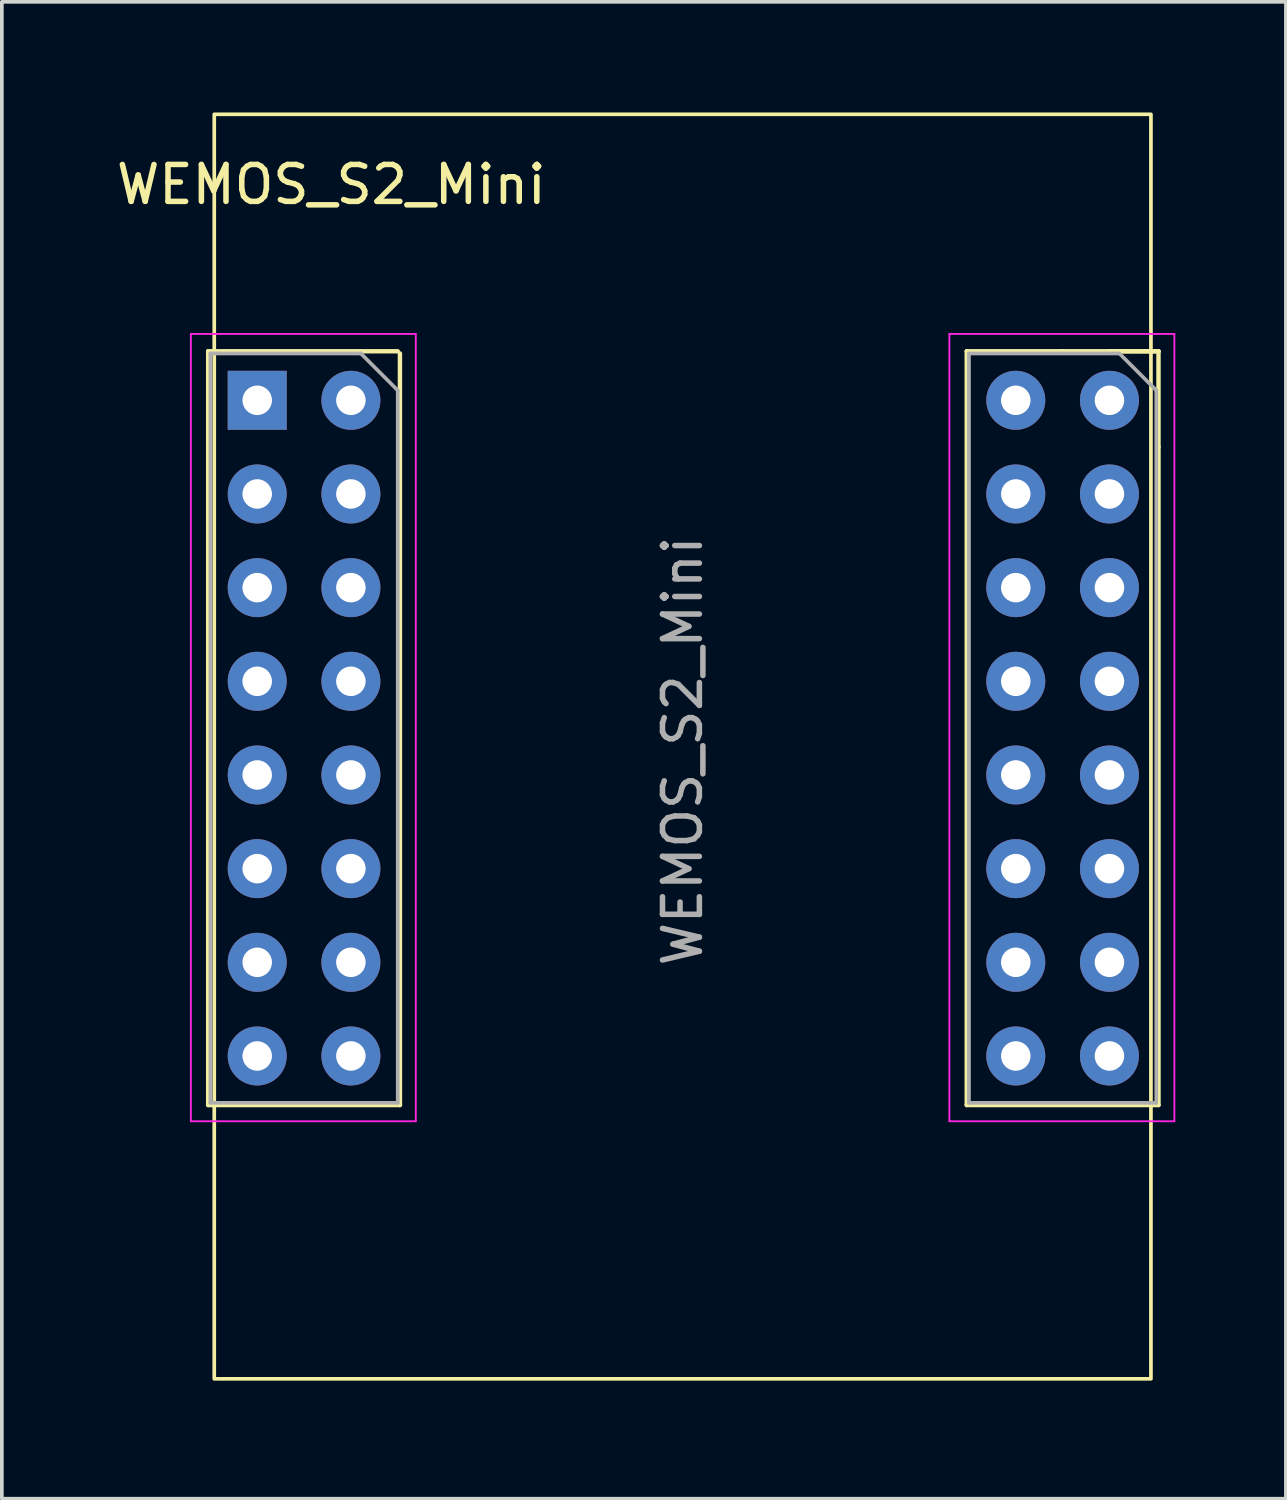
<source format=kicad_pcb>
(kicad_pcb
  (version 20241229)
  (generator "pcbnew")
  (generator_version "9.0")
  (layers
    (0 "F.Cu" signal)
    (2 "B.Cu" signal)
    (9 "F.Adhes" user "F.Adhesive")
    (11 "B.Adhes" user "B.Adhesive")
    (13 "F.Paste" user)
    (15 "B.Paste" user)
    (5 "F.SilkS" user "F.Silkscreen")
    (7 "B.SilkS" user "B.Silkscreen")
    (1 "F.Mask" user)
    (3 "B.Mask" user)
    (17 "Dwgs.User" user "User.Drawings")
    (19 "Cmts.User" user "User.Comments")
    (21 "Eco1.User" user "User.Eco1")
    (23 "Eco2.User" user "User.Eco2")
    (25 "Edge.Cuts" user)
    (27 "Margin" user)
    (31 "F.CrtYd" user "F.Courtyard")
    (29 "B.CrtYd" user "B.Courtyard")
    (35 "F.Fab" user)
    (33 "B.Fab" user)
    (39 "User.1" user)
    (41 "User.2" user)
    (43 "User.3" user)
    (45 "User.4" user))
  (footprint "WEMOS_S2_Mini"
    (layer "F.Cu")
    (at 2.76 34.34)
    (property "Reference" "WEMOS_S2_Mini" (at 3.175 -32.385 0) (layer "F.SilkS") (effects (font (size 1 1) (thickness 0.15))))
    (attr through_hole)
    (fp_line (start -0.165 -27.865) (end -0.165 -7.425) (stroke (width 0.12) (type solid)) (layer "F.SilkS"))
    (fp_line (start -0.165 -27.865) (end 4.975 -27.865) (stroke (width 0.12) (type solid)) (layer "F.SilkS"))
    (fp_line (start -0.165 -7.425) (end 5.035 -7.425) (stroke (width 0.12) (type solid)) (layer "F.SilkS"))
    (fp_line (start 5.035 -27.805) (end 5.035 -7.425) (stroke (width 0.12) (type solid)) (layer "F.SilkS"))
    (fp_line (start 20.405 -27.865) (end 20.405 -7.425) (stroke (width 0.12) (type solid)) (layer "F.SilkS"))
    (fp_line (start 20.405 -27.865) (end 23.005 -27.865) (stroke (width 0.12) (type solid)) (layer "F.SilkS"))
    (fp_line (start 20.405 -7.425) (end 25.605 -7.425) (stroke (width 0.12) (type solid)) (layer "F.SilkS"))
    (fp_line (start 23.005 -27.865) (end 25.605 -27.865) (stroke (width 0.12) (type solid)) (layer "F.SilkS"))
    (fp_line (start 24.275 -27.865) (end 25.605 -27.865) (stroke (width 0.12) (type solid)) (layer "F.SilkS"))
    (fp_line (start 25.605 -27.865) (end 25.605 -25.265) (stroke (width 0.12) (type solid)) (layer "F.SilkS"))
    (fp_line (start 25.605 -25.265) (end 25.605 -7.425) (stroke (width 0.12) (type solid)) (layer "F.SilkS"))
    (fp_rect (start 0 0) (end 25.4 -34.29) (stroke (width 0.1) (type default)) (fill no) (layer "F.SilkS"))
    (fp_line (start -0.635 -28.335) (end 5.465 -28.335) (stroke (width 0.05) (type solid)) (layer "F.CrtYd"))
    (fp_line (start -0.635 -6.985) (end -0.635 -28.335) (stroke (width 0.05) (type solid)) (layer "F.CrtYd"))
    (fp_line (start 5.465 -28.335) (end 5.465 -6.985) (stroke (width 0.05) (type solid)) (layer "F.CrtYd"))
    (fp_line (start 5.465 -6.985) (end -0.635 -6.985) (stroke (width 0.05) (type solid)) (layer "F.CrtYd"))
    (fp_line (start 19.935 -28.335) (end 26.035 -28.335) (stroke (width 0.05) (type solid)) (layer "F.CrtYd"))
    (fp_line (start 19.935 -6.985) (end 19.935 -28.335) (stroke (width 0.05) (type solid)) (layer "F.CrtYd"))
    (fp_line (start 26.035 -28.335) (end 26.035 -6.985) (stroke (width 0.05) (type solid)) (layer "F.CrtYd"))
    (fp_line (start 26.035 -6.985) (end 19.935 -6.985) (stroke (width 0.05) (type solid)) (layer "F.CrtYd"))
    (fp_line (start -0.105 -27.805) (end 3.975 -27.805) (stroke (width 0.1) (type solid)) (layer "F.Fab"))
    (fp_line (start -0.105 -7.485) (end -0.105 -27.805) (stroke (width 0.1) (type solid)) (layer "F.Fab"))
    (fp_line (start 3.975 -27.805) (end 4.975 -26.805) (stroke (width 0.1) (type solid)) (layer "F.Fab"))
    (fp_line (start 4.975 -26.805) (end 4.975 -7.485) (stroke (width 0.1) (type solid)) (layer "F.Fab"))
    (fp_line (start 4.975 -7.485) (end -0.105 -7.485) (stroke (width 0.1) (type solid)) (layer "F.Fab"))
    (fp_line (start 20.465 -27.805) (end 24.545 -27.805) (stroke (width 0.1) (type solid)) (layer "F.Fab"))
    (fp_line (start 20.465 -7.485) (end 20.465 -27.805) (stroke (width 0.1) (type solid)) (layer "F.Fab"))
    (fp_line (start 24.545 -27.805) (end 25.545 -26.805) (stroke (width 0.1) (type solid)) (layer "F.Fab"))
    (fp_line (start 25.545 -26.805) (end 25.545 -7.485) (stroke (width 0.1) (type solid)) (layer "F.Fab"))
    (fp_line (start 25.545 -7.485) (end 20.465 -7.485) (stroke (width 0.1) (type solid)) (layer "F.Fab"))
    (fp_text user "${REFERENCE}" (at 12.7 -17.025 90) (layer "F.Fab") (effects (font (size 1 1) (thickness 0.15))))
    (pad "1" thru_hole rect (at 1.165 -26.535) (size 1.6 1.6) (drill 0.8) (layers "*.Cu" "*.Mask"))
    (pad "2" thru_hole circle (at 3.705 -26.535) (size 1.6 1.6) (drill 0.8) (layers "*.Cu" "*.Mask"))
    (pad "3" thru_hole circle (at 1.165 -23.995) (size 1.6 1.6) (drill 0.8) (layers "*.Cu" "*.Mask"))
    (pad "4" thru_hole circle (at 3.705 -23.995) (size 1.6 1.6) (drill 0.8) (layers "*.Cu" "*.Mask"))
    (pad "5" thru_hole circle (at 1.165 -21.455) (size 1.6 1.6) (drill 0.8) (layers "*.Cu" "*.Mask"))
    (pad "6" thru_hole circle (at 3.705 -21.455) (size 1.6 1.6) (drill 0.8) (layers "*.Cu" "*.Mask"))
    (pad "7" thru_hole circle (at 1.165 -18.915) (size 1.6 1.6) (drill 0.8) (layers "*.Cu" "*.Mask"))
    (pad "8" thru_hole circle (at 3.705 -18.915) (size 1.6 1.6) (drill 0.8) (layers "*.Cu" "*.Mask"))
    (pad "9" thru_hole circle (at 1.165 -16.375) (size 1.6 1.6) (drill 0.8) (layers "*.Cu" "*.Mask"))
    (pad "10" thru_hole circle (at 3.705 -16.375) (size 1.6 1.6) (drill 0.8) (layers "*.Cu" "*.Mask"))
    (pad "11" thru_hole circle (at 1.165 -13.835) (size 1.6 1.6) (drill 0.8) (layers "*.Cu" "*.Mask"))
    (pad "12" thru_hole circle (at 3.705 -13.835) (size 1.6 1.6) (drill 0.8) (layers "*.Cu" "*.Mask"))
    (pad "13" thru_hole circle (at 1.165 -11.295) (size 1.6 1.6) (drill 0.8) (layers "*.Cu" "*.Mask"))
    (pad "14" thru_hole circle (at 3.705 -11.295) (size 1.6 1.6) (drill 0.8) (layers "*.Cu" "*.Mask"))
    (pad "15" thru_hole circle (at 1.165 -8.755) (size 1.6 1.6) (drill 0.8) (layers "*.Cu" "*.Mask"))
    (pad "16" thru_hole circle (at 3.705 -8.755) (size 1.6 1.6) (drill 0.8) (layers "*.Cu" "*.Mask"))
    (pad "17" thru_hole circle (at 21.735 -26.535) (size 1.6 1.6) (drill 0.8) (layers "*.Cu" "*.Mask"))
    (pad "18" thru_hole circle (at 24.275 -26.535) (size 1.6 1.6) (drill 0.8) (layers "*.Cu" "*.Mask"))
    (pad "19" thru_hole circle (at 21.735 -23.995) (size 1.6 1.6) (drill 0.8) (layers "*.Cu" "*.Mask"))
    (pad "20" thru_hole circle (at 24.275 -23.995) (size 1.6 1.6) (drill 0.8) (layers "*.Cu" "*.Mask"))
    (pad "21" thru_hole circle (at 21.735 -21.455) (size 1.6 1.6) (drill 0.8) (layers "*.Cu" "*.Mask"))
    (pad "22" thru_hole circle (at 24.275 -21.455) (size 1.6 1.6) (drill 0.8) (layers "*.Cu" "*.Mask"))
    (pad "23" thru_hole circle (at 21.735 -18.915) (size 1.6 1.6) (drill 0.8) (layers "*.Cu" "*.Mask"))
    (pad "24" thru_hole circle (at 24.275 -18.915) (size 1.6 1.6) (drill 0.8) (layers "*.Cu" "*.Mask"))
    (pad "25" thru_hole circle (at 21.735 -16.375) (size 1.6 1.6) (drill 0.8) (layers "*.Cu" "*.Mask"))
    (pad "26" thru_hole circle (at 24.275 -16.375) (size 1.6 1.6) (drill 0.8) (layers "*.Cu" "*.Mask"))
    (pad "27" thru_hole circle (at 21.735 -13.835) (size 1.6 1.6) (drill 0.8) (layers "*.Cu" "*.Mask"))
    (pad "28" thru_hole circle (at 24.275 -13.835) (size 1.6 1.6) (drill 0.8) (layers "*.Cu" "*.Mask"))
    (pad "29" thru_hole circle (at 21.735 -11.295) (size 1.6 1.6) (drill 0.8) (layers "*.Cu" "*.Mask"))
    (pad "30" thru_hole circle (at 24.275 -11.295) (size 1.6 1.6) (drill 0.8) (layers "*.Cu" "*.Mask"))
    (pad "31" thru_hole circle (at 21.735 -8.755) (size 1.6 1.6) (drill 0.8) (layers "*.Cu" "*.Mask"))
    (pad "32" thru_hole circle (at 24.275 -8.755) (size 1.6 1.6) (drill 0.8) (layers "*.Cu" "*.Mask")))
  (gr_rect
    (start -3 -3)
    (end 31.82 37.59)
    (stroke (width 0.1) (type default))
    (fill no)
    (layer "Edge.Cuts")))
</source>
